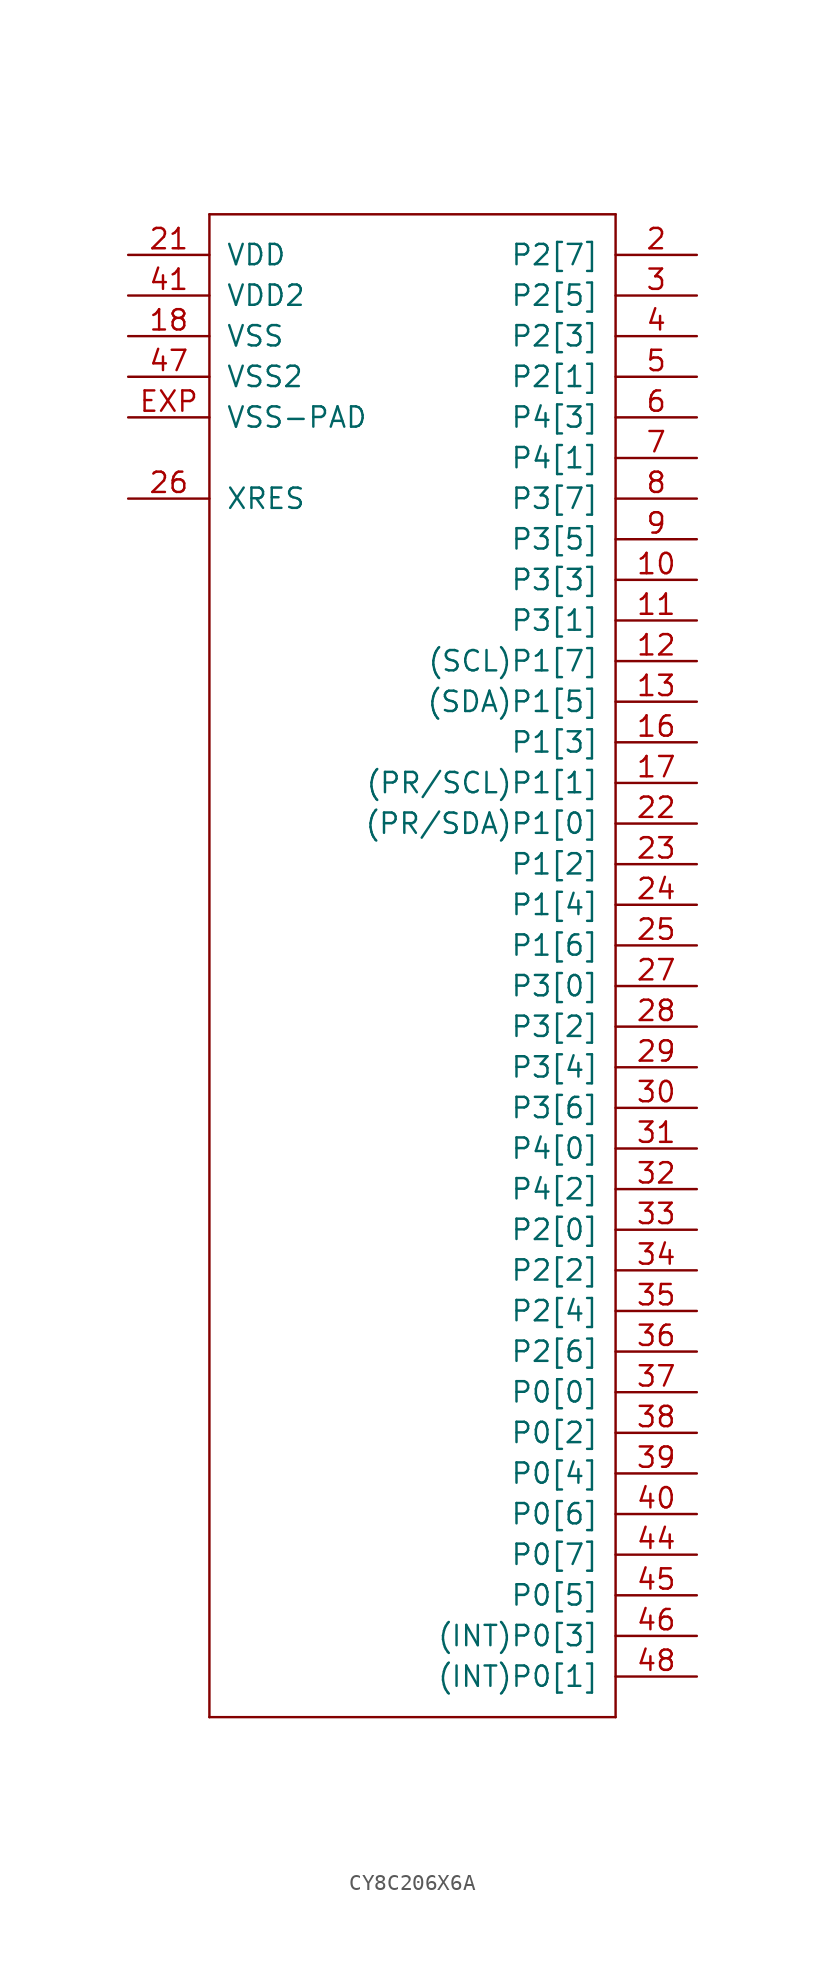
<source format=kicad_sym>
(kicad_symbol_lib
  (version 20220914)
  (generator kicad_symbol_editor)
  (symbol "CY8C206X6A"
    (pin_names
      (offset 1.016))
    (property "Reference" "IC1"
      (at 0 0 0)
      (effects (font (size 1.27 1.27)) hide))
    (property "ki_locked" ""
      (at 0 0 0)
      (effects (font (size 1.27 1.27))))
    (symbol "CY8C206X6A_1_0"
      (polyline (pts (xy -12.7 -48.26) (xy -12.7 45.72)) (stroke (width 0) (type solid)) (fill (type none)))
      (polyline (pts (xy -12.7 45.72) (xy 12.7 45.72)) (stroke (width 0) (type solid)) (fill (type none)))
      (polyline (pts (xy 12.7 -48.26) (xy -12.7 -48.26)) (stroke (width 0) (type solid)) (fill (type none)))
      (polyline (pts (xy 12.7 45.72) (xy 12.7 -48.26)) (stroke (width 0) (type solid)) (fill (type none)))
      (pin unspecified line (at 17.78 22.86 180) (length 5.08) (name "P3[3]" (effects (font (size 1.27 1.27)))) (number "10" (effects (font (size 1.27 1.27)))))
      (pin unspecified line (at 17.78 20.32 180) (length 5.08) (name "P3[1]" (effects (font (size 1.27 1.27)))) (number "11" (effects (font (size 1.27 1.27)))))
      (pin unspecified line (at 17.78 17.78 180) (length 5.08) (name "(SCL)P1[7]" (effects (font (size 1.27 1.27)))) (number "12" (effects (font (size 1.27 1.27)))))
      (pin unspecified line (at 17.78 15.24 180) (length 5.08) (name "(SDA)P1[5]" (effects (font (size 1.27 1.27)))) (number "13" (effects (font (size 1.27 1.27)))))
      (pin unspecified line (at 17.78 12.7 180) (length 5.08) (name "P1[3]" (effects (font (size 1.27 1.27)))) (number "16" (effects (font (size 1.27 1.27)))))
      (pin unspecified line (at 17.78 10.16 180) (length 5.08) (name "(PR/SCL)P1[1]" (effects (font (size 1.27 1.27)))) (number "17" (effects (font (size 1.27 1.27)))))
      (pin unspecified line (at -17.78 38.1 0) (length 5.08) (name "VSS" (effects (font (size 1.27 1.27)))) (number "18" (effects (font (size 1.27 1.27)))))
      (pin unspecified line (at 17.78 43.18 180) (length 5.08) (name "P2[7]" (effects (font (size 1.27 1.27)))) (number "2" (effects (font (size 1.27 1.27)))))
      (pin unspecified line (at -17.78 43.18 0) (length 5.08) (name "VDD" (effects (font (size 1.27 1.27)))) (number "21" (effects (font (size 1.27 1.27)))))
      (pin unspecified line (at 17.78 7.62 180) (length 5.08) (name "(PR/SDA)P1[0]" (effects (font (size 1.27 1.27)))) (number "22" (effects (font (size 1.27 1.27)))))
      (pin unspecified line (at 17.78 5.08 180) (length 5.08) (name "P1[2]" (effects (font (size 1.27 1.27)))) (number "23" (effects (font (size 1.27 1.27)))))
      (pin unspecified line (at 17.78 2.54 180) (length 5.08) (name "P1[4]" (effects (font (size 1.27 1.27)))) (number "24" (effects (font (size 1.27 1.27)))))
      (pin unspecified line (at 17.78 0 180) (length 5.08) (name "P1[6]" (effects (font (size 1.27 1.27)))) (number "25" (effects (font (size 1.27 1.27)))))
      (pin unspecified line (at -17.78 27.94 0) (length 5.08) (name "XRES" (effects (font (size 1.27 1.27)))) (number "26" (effects (font (size 1.27 1.27)))))
      (pin unspecified line (at 17.78 -2.54 180) (length 5.08) (name "P3[0]" (effects (font (size 1.27 1.27)))) (number "27" (effects (font (size 1.27 1.27)))))
      (pin unspecified line (at 17.78 -5.08 180) (length 5.08) (name "P3[2]" (effects (font (size 1.27 1.27)))) (number "28" (effects (font (size 1.27 1.27)))))
      (pin unspecified line (at 17.78 -7.62 180) (length 5.08) (name "P3[4]" (effects (font (size 1.27 1.27)))) (number "29" (effects (font (size 1.27 1.27)))))
      (pin unspecified line (at 17.78 40.64 180) (length 5.08) (name "P2[5]" (effects (font (size 1.27 1.27)))) (number "3" (effects (font (size 1.27 1.27)))))
      (pin unspecified line (at 17.78 -10.16 180) (length 5.08) (name "P3[6]" (effects (font (size 1.27 1.27)))) (number "30" (effects (font (size 1.27 1.27)))))
      (pin unspecified line (at 17.78 -12.7 180) (length 5.08) (name "P4[0]" (effects (font (size 1.27 1.27)))) (number "31" (effects (font (size 1.27 1.27)))))
      (pin unspecified line (at 17.78 -15.24 180) (length 5.08) (name "P4[2]" (effects (font (size 1.27 1.27)))) (number "32" (effects (font (size 1.27 1.27)))))
      (pin unspecified line (at 17.78 -17.78 180) (length 5.08) (name "P2[0]" (effects (font (size 1.27 1.27)))) (number "33" (effects (font (size 1.27 1.27)))))
      (pin unspecified line (at 17.78 -20.32 180) (length 5.08) (name "P2[2]" (effects (font (size 1.27 1.27)))) (number "34" (effects (font (size 1.27 1.27)))))
      (pin unspecified line (at 17.78 -22.86 180) (length 5.08) (name "P2[4]" (effects (font (size 1.27 1.27)))) (number "35" (effects (font (size 1.27 1.27)))))
      (pin unspecified line (at 17.78 -25.4 180) (length 5.08) (name "P2[6]" (effects (font (size 1.27 1.27)))) (number "36" (effects (font (size 1.27 1.27)))))
      (pin unspecified line (at 17.78 -27.94 180) (length 5.08) (name "P0[0]" (effects (font (size 1.27 1.27)))) (number "37" (effects (font (size 1.27 1.27)))))
      (pin unspecified line (at 17.78 -30.48 180) (length 5.08) (name "P0[2]" (effects (font (size 1.27 1.27)))) (number "38" (effects (font (size 1.27 1.27)))))
      (pin unspecified line (at 17.78 -33.02 180) (length 5.08) (name "P0[4]" (effects (font (size 1.27 1.27)))) (number "39" (effects (font (size 1.27 1.27)))))
      (pin unspecified line (at 17.78 38.1 180) (length 5.08) (name "P2[3]" (effects (font (size 1.27 1.27)))) (number "4" (effects (font (size 1.27 1.27)))))
      (pin unspecified line (at 17.78 -35.56 180) (length 5.08) (name "P0[6]" (effects (font (size 1.27 1.27)))) (number "40" (effects (font (size 1.27 1.27)))))
      (pin unspecified line (at -17.78 40.64 0) (length 5.08) (name "VDD2" (effects (font (size 1.27 1.27)))) (number "41" (effects (font (size 1.27 1.27)))))
      (pin unspecified line (at 17.78 -38.1 180) (length 5.08) (name "P0[7]" (effects (font (size 1.27 1.27)))) (number "44" (effects (font (size 1.27 1.27)))))
      (pin unspecified line (at 17.78 -40.64 180) (length 5.08) (name "P0[5]" (effects (font (size 1.27 1.27)))) (number "45" (effects (font (size 1.27 1.27)))))
      (pin unspecified line (at 17.78 -43.18 180) (length 5.08) (name "(INT)P0[3]" (effects (font (size 1.27 1.27)))) (number "46" (effects (font (size 1.27 1.27)))))
      (pin unspecified line (at -17.78 35.56 0) (length 5.08) (name "VSS2" (effects (font (size 1.27 1.27)))) (number "47" (effects (font (size 1.27 1.27)))))
      (pin unspecified line (at 17.78 -45.72 180) (length 5.08) (name "(INT)P0[1]" (effects (font (size 1.27 1.27)))) (number "48" (effects (font (size 1.27 1.27)))))
      (pin unspecified line (at 17.78 35.56 180) (length 5.08) (name "P2[1]" (effects (font (size 1.27 1.27)))) (number "5" (effects (font (size 1.27 1.27)))))
      (pin unspecified line (at 17.78 33.02 180) (length 5.08) (name "P4[3]" (effects (font (size 1.27 1.27)))) (number "6" (effects (font (size 1.27 1.27)))))
      (pin unspecified line (at 17.78 30.48 180) (length 5.08) (name "P4[1]" (effects (font (size 1.27 1.27)))) (number "7" (effects (font (size 1.27 1.27)))))
      (pin unspecified line (at 17.78 27.94 180) (length 5.08) (name "P3[7]" (effects (font (size 1.27 1.27)))) (number "8" (effects (font (size 1.27 1.27)))))
      (pin unspecified line (at 17.78 25.4 180) (length 5.08) (name "P3[5]" (effects (font (size 1.27 1.27)))) (number "9" (effects (font (size 1.27 1.27)))))
      (pin unspecified line (at -17.78 33.02 0) (length 5.08) (name "VSS-PAD" (effects (font (size 1.27 1.27)))) (number "EXP" (effects (font (size 1.27 1.27))))))))
</source>
